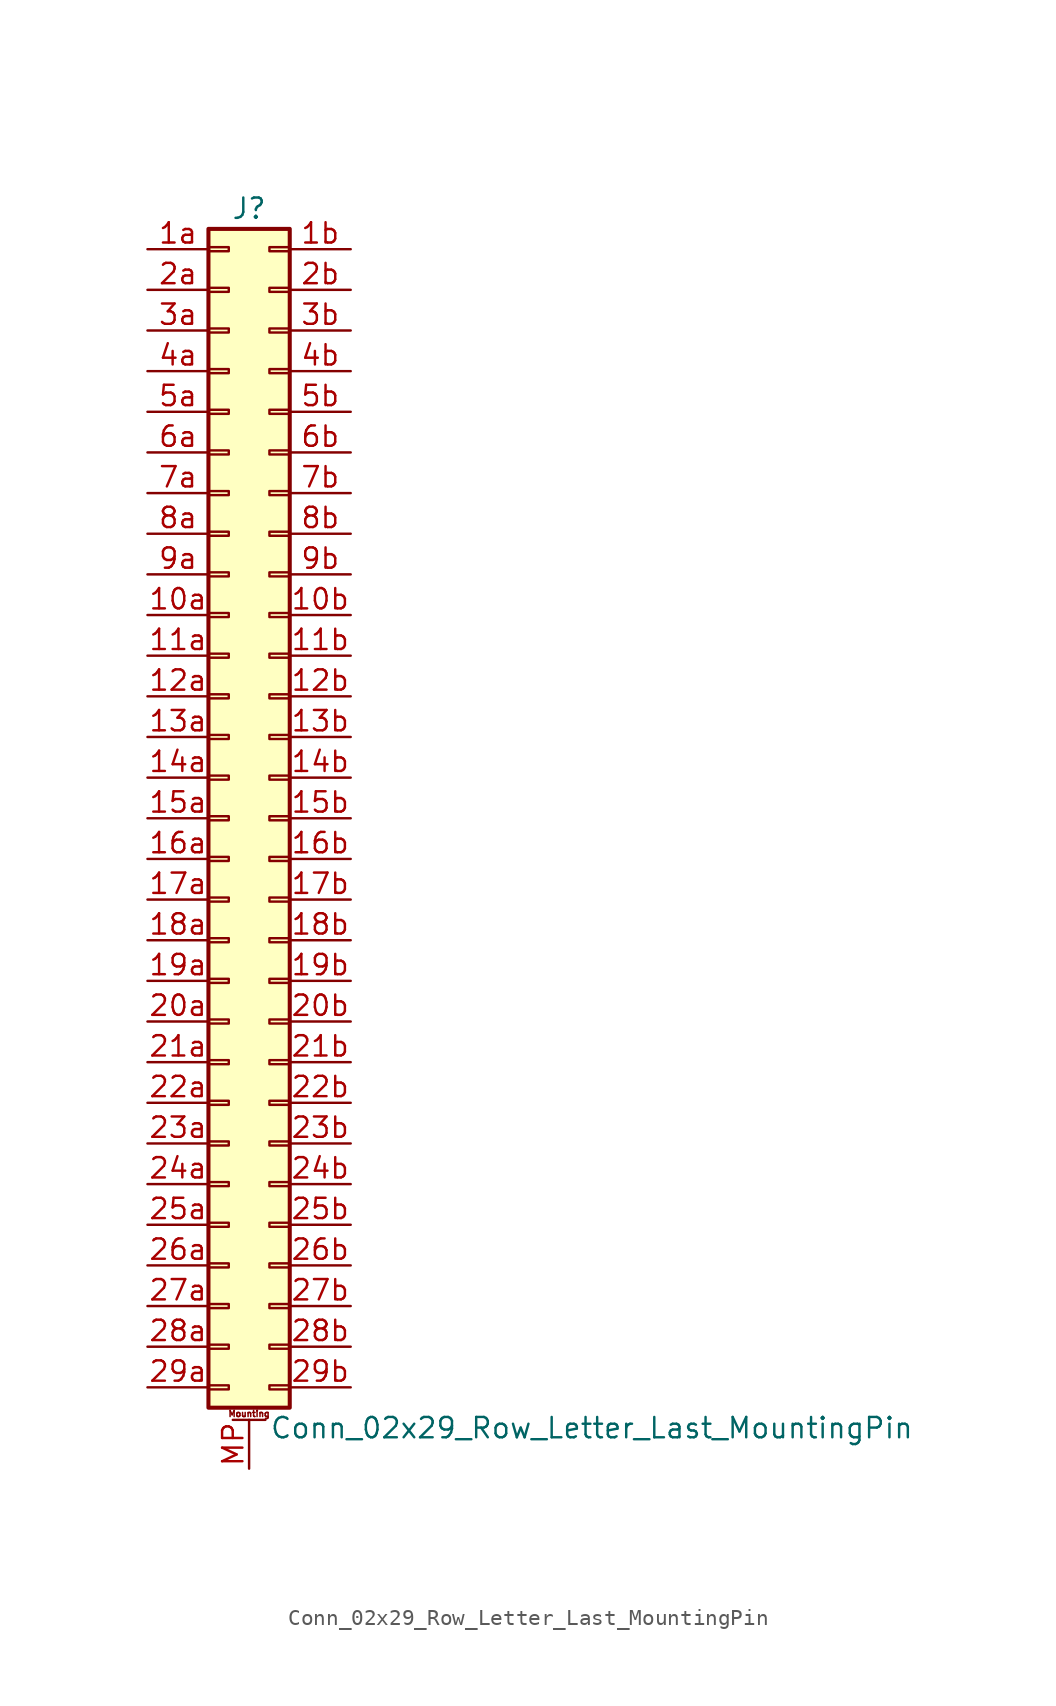
<source format=kicad_sym>
(kicad_symbol_lib
  (version 20201005)
  (generator kicad_symbol_editor)
  (symbol "Conn_02x29_Row_Letter_Last_MountingPin"
    (pin_names
      (offset 1.016) hide)
    (property "Reference" "J"
      (at 1.27 38.1 0)
      (effects (font (size 1.27 1.27))))
    (property "Value" "Conn_02x29_Row_Letter_Last_MountingPin"
      (at 2.54 -38.1 0)
      (effects (font (size 1.27 1.27)) (justify left)))
    (symbol "Conn_02x29_Row_Letter_Last_MountingPin_1_1"
      (text "Mounting" (at 1.27 -37.211 0) (effects (font (size 0.381 0.381))))
      (rectangle (start -1.27 -35.433) (end 0 -35.687) (stroke (width 0.152)) (fill (type none)))
      (rectangle (start -1.27 -32.893) (end 0 -33.147) (stroke (width 0.152)) (fill (type none)))
      (rectangle (start -1.27 -30.353) (end 0 -30.607) (stroke (width 0.152)) (fill (type none)))
      (rectangle (start -1.27 -27.813) (end 0 -28.067) (stroke (width 0.152)) (fill (type none)))
      (rectangle (start -1.27 -25.273) (end 0 -25.527) (stroke (width 0.152)) (fill (type none)))
      (rectangle (start -1.27 -22.733) (end 0 -22.987) (stroke (width 0.152)) (fill (type none)))
      (rectangle (start -1.27 -20.193) (end 0 -20.447) (stroke (width 0.152)) (fill (type none)))
      (rectangle (start -1.27 -17.653) (end 0 -17.907) (stroke (width 0.152)) (fill (type none)))
      (rectangle (start -1.27 -15.113) (end 0 -15.367) (stroke (width 0.152)) (fill (type none)))
      (rectangle (start -1.27 -12.573) (end 0 -12.827) (stroke (width 0.152)) (fill (type none)))
      (rectangle (start -1.27 -10.033) (end 0 -10.287) (stroke (width 0.152)) (fill (type none)))
      (rectangle (start -1.27 -7.493) (end 0 -7.747) (stroke (width 0.152)) (fill (type none)))
      (rectangle (start -1.27 -4.953) (end 0 -5.207) (stroke (width 0.152)) (fill (type none)))
      (rectangle (start -1.27 -2.413) (end 0 -2.667) (stroke (width 0.152)) (fill (type none)))
      (rectangle (start -1.27 0.127) (end 0 -0.127) (stroke (width 0.152)) (fill (type none)))
      (rectangle (start -1.27 2.667) (end 0 2.413) (stroke (width 0.152)) (fill (type none)))
      (rectangle (start -1.27 5.207) (end 0 4.953) (stroke (width 0.152)) (fill (type none)))
      (rectangle (start -1.27 7.747) (end 0 7.493) (stroke (width 0.152)) (fill (type none)))
      (rectangle (start -1.27 10.287) (end 0 10.033) (stroke (width 0.152)) (fill (type none)))
      (rectangle (start -1.27 12.827) (end 0 12.573) (stroke (width 0.152)) (fill (type none)))
      (rectangle (start -1.27 15.367) (end 0 15.113) (stroke (width 0.152)) (fill (type none)))
      (rectangle (start -1.27 17.907) (end 0 17.653) (stroke (width 0.152)) (fill (type none)))
      (rectangle (start -1.27 20.447) (end 0 20.193) (stroke (width 0.152)) (fill (type none)))
      (rectangle (start -1.27 22.987) (end 0 22.733) (stroke (width 0.152)) (fill (type none)))
      (rectangle (start -1.27 25.527) (end 0 25.273) (stroke (width 0.152)) (fill (type none)))
      (rectangle (start -1.27 28.067) (end 0 27.813) (stroke (width 0.152)) (fill (type none)))
      (rectangle (start -1.27 30.607) (end 0 30.353) (stroke (width 0.152)) (fill (type none)))
      (rectangle (start -1.27 33.147) (end 0 32.893) (stroke (width 0.152)) (fill (type none)))
      (rectangle (start -1.27 35.687) (end 0 35.433) (stroke (width 0.152)) (fill (type none)))
      (rectangle (start 3.81 -35.433) (end 2.54 -35.687) (stroke (width 0.152)) (fill (type none)))
      (rectangle (start 3.81 -32.893) (end 2.54 -33.147) (stroke (width 0.152)) (fill (type none)))
      (rectangle (start 3.81 -30.353) (end 2.54 -30.607) (stroke (width 0.152)) (fill (type none)))
      (rectangle (start 3.81 -27.813) (end 2.54 -28.067) (stroke (width 0.152)) (fill (type none)))
      (rectangle (start 3.81 -25.273) (end 2.54 -25.527) (stroke (width 0.152)) (fill (type none)))
      (rectangle (start 3.81 -22.733) (end 2.54 -22.987) (stroke (width 0.152)) (fill (type none)))
      (rectangle (start 3.81 -20.193) (end 2.54 -20.447) (stroke (width 0.152)) (fill (type none)))
      (rectangle (start 3.81 -17.653) (end 2.54 -17.907) (stroke (width 0.152)) (fill (type none)))
      (rectangle (start 3.81 -15.113) (end 2.54 -15.367) (stroke (width 0.152)) (fill (type none)))
      (rectangle (start 3.81 -12.573) (end 2.54 -12.827) (stroke (width 0.152)) (fill (type none)))
      (rectangle (start 3.81 -10.033) (end 2.54 -10.287) (stroke (width 0.152)) (fill (type none)))
      (rectangle (start 3.81 -7.493) (end 2.54 -7.747) (stroke (width 0.152)) (fill (type none)))
      (rectangle (start 3.81 -4.953) (end 2.54 -5.207) (stroke (width 0.152)) (fill (type none)))
      (rectangle (start 3.81 -2.413) (end 2.54 -2.667) (stroke (width 0.152)) (fill (type none)))
      (rectangle (start 3.81 0.127) (end 2.54 -0.127) (stroke (width 0.152)) (fill (type none)))
      (rectangle (start 3.81 2.667) (end 2.54 2.413) (stroke (width 0.152)) (fill (type none)))
      (rectangle (start 3.81 5.207) (end 2.54 4.953) (stroke (width 0.152)) (fill (type none)))
      (rectangle (start 3.81 7.747) (end 2.54 7.493) (stroke (width 0.152)) (fill (type none)))
      (rectangle (start 3.81 10.287) (end 2.54 10.033) (stroke (width 0.152)) (fill (type none)))
      (rectangle (start 3.81 12.827) (end 2.54 12.573) (stroke (width 0.152)) (fill (type none)))
      (rectangle (start 3.81 15.367) (end 2.54 15.113) (stroke (width 0.152)) (fill (type none)))
      (rectangle (start 3.81 17.907) (end 2.54 17.653) (stroke (width 0.152)) (fill (type none)))
      (rectangle (start 3.81 20.447) (end 2.54 20.193) (stroke (width 0.152)) (fill (type none)))
      (rectangle (start 3.81 22.987) (end 2.54 22.733) (stroke (width 0.152)) (fill (type none)))
      (rectangle (start 3.81 25.527) (end 2.54 25.273) (stroke (width 0.152)) (fill (type none)))
      (rectangle (start 3.81 28.067) (end 2.54 27.813) (stroke (width 0.152)) (fill (type none)))
      (rectangle (start 3.81 30.607) (end 2.54 30.353) (stroke (width 0.152)) (fill (type none)))
      (rectangle (start 3.81 33.147) (end 2.54 32.893) (stroke (width 0.152)) (fill (type none)))
      (rectangle (start 3.81 35.687) (end 2.54 35.433) (stroke (width 0.152)) (fill (type none)))
      (rectangle (start -1.27 36.83) (end 3.81 -36.83) (stroke (width 0.254)) (fill (type background)))
      (polyline (pts (xy 0.254 -37.592) (xy 2.286 -37.592)) (stroke (width 0.152)) (fill (type none)))
      (pin passive line (at -5.08 12.7 0) (length 3.81) (name "Pin_10a" (effects (font (size 1.27 1.27)))) (number "10a" (effects (font (size 1.27 1.27)))))
      (pin passive line (at 7.62 12.7 180) (length 3.81) (name "Pin_10b" (effects (font (size 1.27 1.27)))) (number "10b" (effects (font (size 1.27 1.27)))))
      (pin passive line (at -5.08 10.16 0) (length 3.81) (name "Pin_11a" (effects (font (size 1.27 1.27)))) (number "11a" (effects (font (size 1.27 1.27)))))
      (pin passive line (at 7.62 10.16 180) (length 3.81) (name "Pin_11b" (effects (font (size 1.27 1.27)))) (number "11b" (effects (font (size 1.27 1.27)))))
      (pin passive line (at -5.08 7.62 0) (length 3.81) (name "Pin_12a" (effects (font (size 1.27 1.27)))) (number "12a" (effects (font (size 1.27 1.27)))))
      (pin passive line (at 7.62 7.62 180) (length 3.81) (name "Pin_12b" (effects (font (size 1.27 1.27)))) (number "12b" (effects (font (size 1.27 1.27)))))
      (pin passive line (at -5.08 5.08 0) (length 3.81) (name "Pin_13a" (effects (font (size 1.27 1.27)))) (number "13a" (effects (font (size 1.27 1.27)))))
      (pin passive line (at 7.62 5.08 180) (length 3.81) (name "Pin_13b" (effects (font (size 1.27 1.27)))) (number "13b" (effects (font (size 1.27 1.27)))))
      (pin passive line (at -5.08 2.54 0) (length 3.81) (name "Pin_14a" (effects (font (size 1.27 1.27)))) (number "14a" (effects (font (size 1.27 1.27)))))
      (pin passive line (at 7.62 2.54 180) (length 3.81) (name "Pin_14b" (effects (font (size 1.27 1.27)))) (number "14b" (effects (font (size 1.27 1.27)))))
      (pin passive line (at -5.08 0 0) (length 3.81) (name "Pin_15a" (effects (font (size 1.27 1.27)))) (number "15a" (effects (font (size 1.27 1.27)))))
      (pin passive line (at 7.62 0 180) (length 3.81) (name "Pin_15b" (effects (font (size 1.27 1.27)))) (number "15b" (effects (font (size 1.27 1.27)))))
      (pin passive line (at -5.08 -2.54 0) (length 3.81) (name "Pin_16a" (effects (font (size 1.27 1.27)))) (number "16a" (effects (font (size 1.27 1.27)))))
      (pin passive line (at 7.62 -2.54 180) (length 3.81) (name "Pin_16b" (effects (font (size 1.27 1.27)))) (number "16b" (effects (font (size 1.27 1.27)))))
      (pin passive line (at -5.08 -5.08 0) (length 3.81) (name "Pin_17a" (effects (font (size 1.27 1.27)))) (number "17a" (effects (font (size 1.27 1.27)))))
      (pin passive line (at 7.62 -5.08 180) (length 3.81) (name "Pin_17b" (effects (font (size 1.27 1.27)))) (number "17b" (effects (font (size 1.27 1.27)))))
      (pin passive line (at -5.08 -7.62 0) (length 3.81) (name "Pin_18a" (effects (font (size 1.27 1.27)))) (number "18a" (effects (font (size 1.27 1.27)))))
      (pin passive line (at 7.62 -7.62 180) (length 3.81) (name "Pin_18b" (effects (font (size 1.27 1.27)))) (number "18b" (effects (font (size 1.27 1.27)))))
      (pin passive line (at -5.08 -10.16 0) (length 3.81) (name "Pin_19a" (effects (font (size 1.27 1.27)))) (number "19a" (effects (font (size 1.27 1.27)))))
      (pin passive line (at 7.62 -10.16 180) (length 3.81) (name "Pin_19b" (effects (font (size 1.27 1.27)))) (number "19b" (effects (font (size 1.27 1.27)))))
      (pin passive line (at -5.08 35.56 0) (length 3.81) (name "Pin_1a" (effects (font (size 1.27 1.27)))) (number "1a" (effects (font (size 1.27 1.27)))))
      (pin passive line (at 7.62 35.56 180) (length 3.81) (name "Pin_1b" (effects (font (size 1.27 1.27)))) (number "1b" (effects (font (size 1.27 1.27)))))
      (pin passive line (at -5.08 -12.7 0) (length 3.81) (name "Pin_20a" (effects (font (size 1.27 1.27)))) (number "20a" (effects (font (size 1.27 1.27)))))
      (pin passive line (at 7.62 -12.7 180) (length 3.81) (name "Pin_20b" (effects (font (size 1.27 1.27)))) (number "20b" (effects (font (size 1.27 1.27)))))
      (pin passive line (at -5.08 -15.24 0) (length 3.81) (name "Pin_21a" (effects (font (size 1.27 1.27)))) (number "21a" (effects (font (size 1.27 1.27)))))
      (pin passive line (at 7.62 -15.24 180) (length 3.81) (name "Pin_21b" (effects (font (size 1.27 1.27)))) (number "21b" (effects (font (size 1.27 1.27)))))
      (pin passive line (at -5.08 -17.78 0) (length 3.81) (name "Pin_22a" (effects (font (size 1.27 1.27)))) (number "22a" (effects (font (size 1.27 1.27)))))
      (pin passive line (at 7.62 -17.78 180) (length 3.81) (name "Pin_22b" (effects (font (size 1.27 1.27)))) (number "22b" (effects (font (size 1.27 1.27)))))
      (pin passive line (at -5.08 -20.32 0) (length 3.81) (name "Pin_23a" (effects (font (size 1.27 1.27)))) (number "23a" (effects (font (size 1.27 1.27)))))
      (pin passive line (at 7.62 -20.32 180) (length 3.81) (name "Pin_23b" (effects (font (size 1.27 1.27)))) (number "23b" (effects (font (size 1.27 1.27)))))
      (pin passive line (at -5.08 -22.86 0) (length 3.81) (name "Pin_24a" (effects (font (size 1.27 1.27)))) (number "24a" (effects (font (size 1.27 1.27)))))
      (pin passive line (at 7.62 -22.86 180) (length 3.81) (name "Pin_24b" (effects (font (size 1.27 1.27)))) (number "24b" (effects (font (size 1.27 1.27)))))
      (pin passive line (at -5.08 -25.4 0) (length 3.81) (name "Pin_25a" (effects (font (size 1.27 1.27)))) (number "25a" (effects (font (size 1.27 1.27)))))
      (pin passive line (at 7.62 -25.4 180) (length 3.81) (name "Pin_25b" (effects (font (size 1.27 1.27)))) (number "25b" (effects (font (size 1.27 1.27)))))
      (pin passive line (at -5.08 -27.94 0) (length 3.81) (name "Pin_26a" (effects (font (size 1.27 1.27)))) (number "26a" (effects (font (size 1.27 1.27)))))
      (pin passive line (at 7.62 -27.94 180) (length 3.81) (name "Pin_26b" (effects (font (size 1.27 1.27)))) (number "26b" (effects (font (size 1.27 1.27)))))
      (pin passive line (at -5.08 -30.48 0) (length 3.81) (name "Pin_27a" (effects (font (size 1.27 1.27)))) (number "27a" (effects (font (size 1.27 1.27)))))
      (pin passive line (at 7.62 -30.48 180) (length 3.81) (name "Pin_27b" (effects (font (size 1.27 1.27)))) (number "27b" (effects (font (size 1.27 1.27)))))
      (pin passive line (at -5.08 -33.02 0) (length 3.81) (name "Pin_28a" (effects (font (size 1.27 1.27)))) (number "28a" (effects (font (size 1.27 1.27)))))
      (pin passive line (at 7.62 -33.02 180) (length 3.81) (name "Pin_28b" (effects (font (size 1.27 1.27)))) (number "28b" (effects (font (size 1.27 1.27)))))
      (pin passive line (at -5.08 -35.56 0) (length 3.81) (name "Pin_29a" (effects (font (size 1.27 1.27)))) (number "29a" (effects (font (size 1.27 1.27)))))
      (pin passive line (at 7.62 -35.56 180) (length 3.81) (name "Pin_29b" (effects (font (size 1.27 1.27)))) (number "29b" (effects (font (size 1.27 1.27)))))
      (pin passive line (at -5.08 33.02 0) (length 3.81) (name "Pin_2a" (effects (font (size 1.27 1.27)))) (number "2a" (effects (font (size 1.27 1.27)))))
      (pin passive line (at 7.62 33.02 180) (length 3.81) (name "Pin_2b" (effects (font (size 1.27 1.27)))) (number "2b" (effects (font (size 1.27 1.27)))))
      (pin passive line (at -5.08 30.48 0) (length 3.81) (name "Pin_3a" (effects (font (size 1.27 1.27)))) (number "3a" (effects (font (size 1.27 1.27)))))
      (pin passive line (at 7.62 30.48 180) (length 3.81) (name "Pin_3b" (effects (font (size 1.27 1.27)))) (number "3b" (effects (font (size 1.27 1.27)))))
      (pin passive line (at -5.08 27.94 0) (length 3.81) (name "Pin_4a" (effects (font (size 1.27 1.27)))) (number "4a" (effects (font (size 1.27 1.27)))))
      (pin passive line (at 7.62 27.94 180) (length 3.81) (name "Pin_4b" (effects (font (size 1.27 1.27)))) (number "4b" (effects (font (size 1.27 1.27)))))
      (pin passive line (at -5.08 25.4 0) (length 3.81) (name "Pin_5a" (effects (font (size 1.27 1.27)))) (number "5a" (effects (font (size 1.27 1.27)))))
      (pin passive line (at 7.62 25.4 180) (length 3.81) (name "Pin_5b" (effects (font (size 1.27 1.27)))) (number "5b" (effects (font (size 1.27 1.27)))))
      (pin passive line (at -5.08 22.86 0) (length 3.81) (name "Pin_6a" (effects (font (size 1.27 1.27)))) (number "6a" (effects (font (size 1.27 1.27)))))
      (pin passive line (at 7.62 22.86 180) (length 3.81) (name "Pin_6b" (effects (font (size 1.27 1.27)))) (number "6b" (effects (font (size 1.27 1.27)))))
      (pin passive line (at -5.08 20.32 0) (length 3.81) (name "Pin_7a" (effects (font (size 1.27 1.27)))) (number "7a" (effects (font (size 1.27 1.27)))))
      (pin passive line (at 7.62 20.32 180) (length 3.81) (name "Pin_7b" (effects (font (size 1.27 1.27)))) (number "7b" (effects (font (size 1.27 1.27)))))
      (pin passive line (at -5.08 17.78 0) (length 3.81) (name "Pin_8a" (effects (font (size 1.27 1.27)))) (number "8a" (effects (font (size 1.27 1.27)))))
      (pin passive line (at 7.62 17.78 180) (length 3.81) (name "Pin_8b" (effects (font (size 1.27 1.27)))) (number "8b" (effects (font (size 1.27 1.27)))))
      (pin passive line (at -5.08 15.24 0) (length 3.81) (name "Pin_9a" (effects (font (size 1.27 1.27)))) (number "9a" (effects (font (size 1.27 1.27)))))
      (pin passive line (at 7.62 15.24 180) (length 3.81) (name "Pin_9b" (effects (font (size 1.27 1.27)))) (number "9b" (effects (font (size 1.27 1.27)))))
      (pin passive line (at 1.27 -40.64 90) (length 3.048) (name "MountPin" (effects (font (size 1.27 1.27)))) (number "MP" (effects (font (size 1.27 1.27))))))))
</source>
